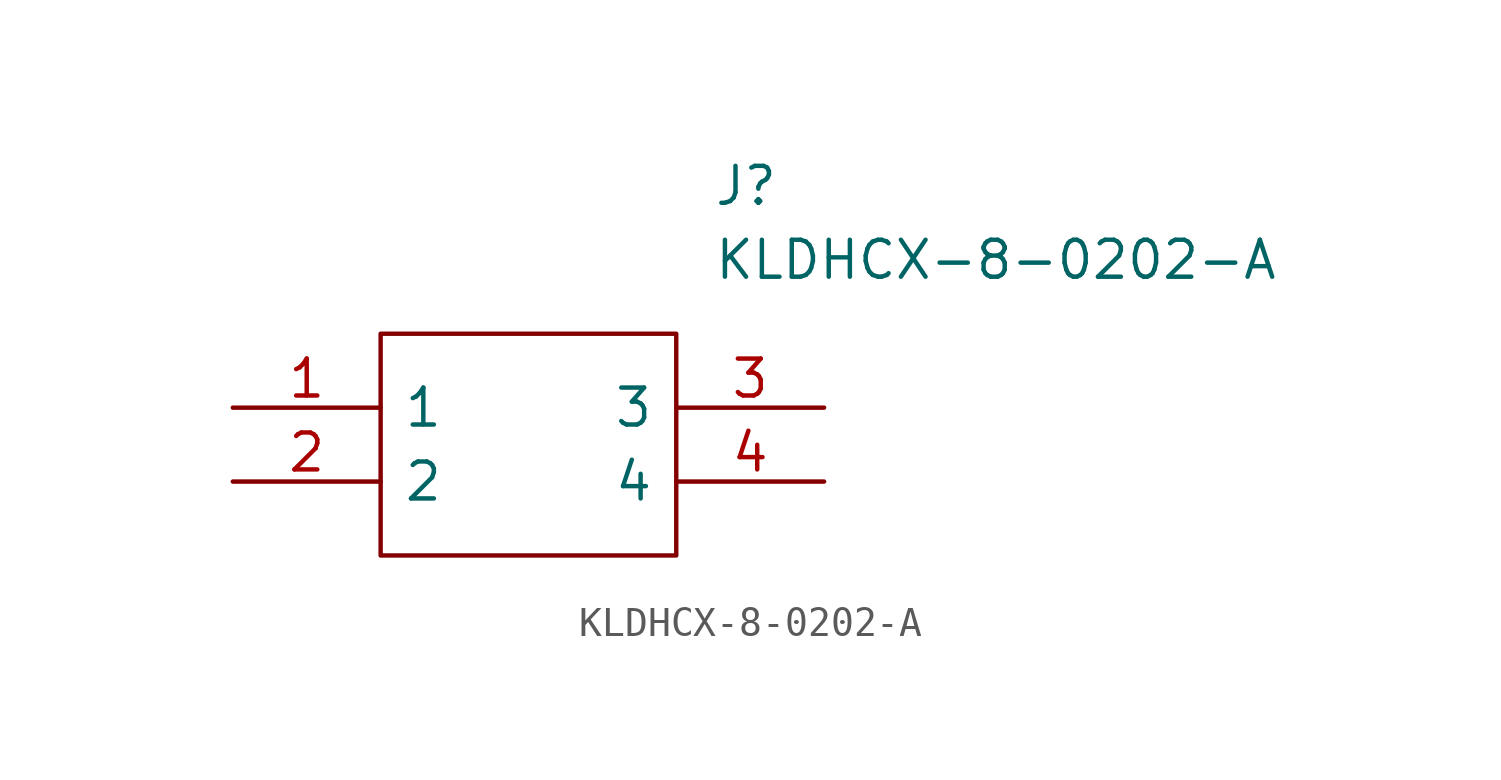
<source format=kicad_sym>
(kicad_symbol_lib
  (version 20211014)
  (generator kicad_symbol_editor)
  (symbol "KLDHCX-8-0202-A"
    (pin_names
      (offset 0.762))
    (property "Reference" "J"
      (at 16.51 7.62 0)
      (effects (font (size 1.27 1.27)) (justify left)))
    (property "Value" "KLDHCX-8-0202-A"
      (at 16.51 5.08 0)
      (effects (font (size 1.27 1.27)) (justify left)))
    (symbol "KLDHCX-8-0202-A_0_0"
      (pin passive line (at 0 0 0) (length 5.08) (name "1" (effects (font (size 1.27 1.27)))) (number "1" (effects (font (size 1.27 1.27)))))
      (pin passive line (at 0 -2.54 0) (length 5.08) (name "2" (effects (font (size 1.27 1.27)))) (number "2" (effects (font (size 1.27 1.27)))))
      (pin passive line (at 20.32 0 180) (length 5.08) (name "3" (effects (font (size 1.27 1.27)))) (number "3" (effects (font (size 1.27 1.27)))))
      (pin passive line (at 20.32 -2.54 180) (length 5.08) (name "4" (effects (font (size 1.27 1.27)))) (number "4" (effects (font (size 1.27 1.27))))))
    (symbol "KLDHCX-8-0202-A_0_1"
      (polyline (pts (xy 5.08 2.54) (xy 15.24 2.54) (xy 15.24 -5.08) (xy 5.08 -5.08) (xy 5.08 2.54)) (stroke (width 0.152) (type default) (color 0 0 0 0)) (fill (type none))))))
</source>
